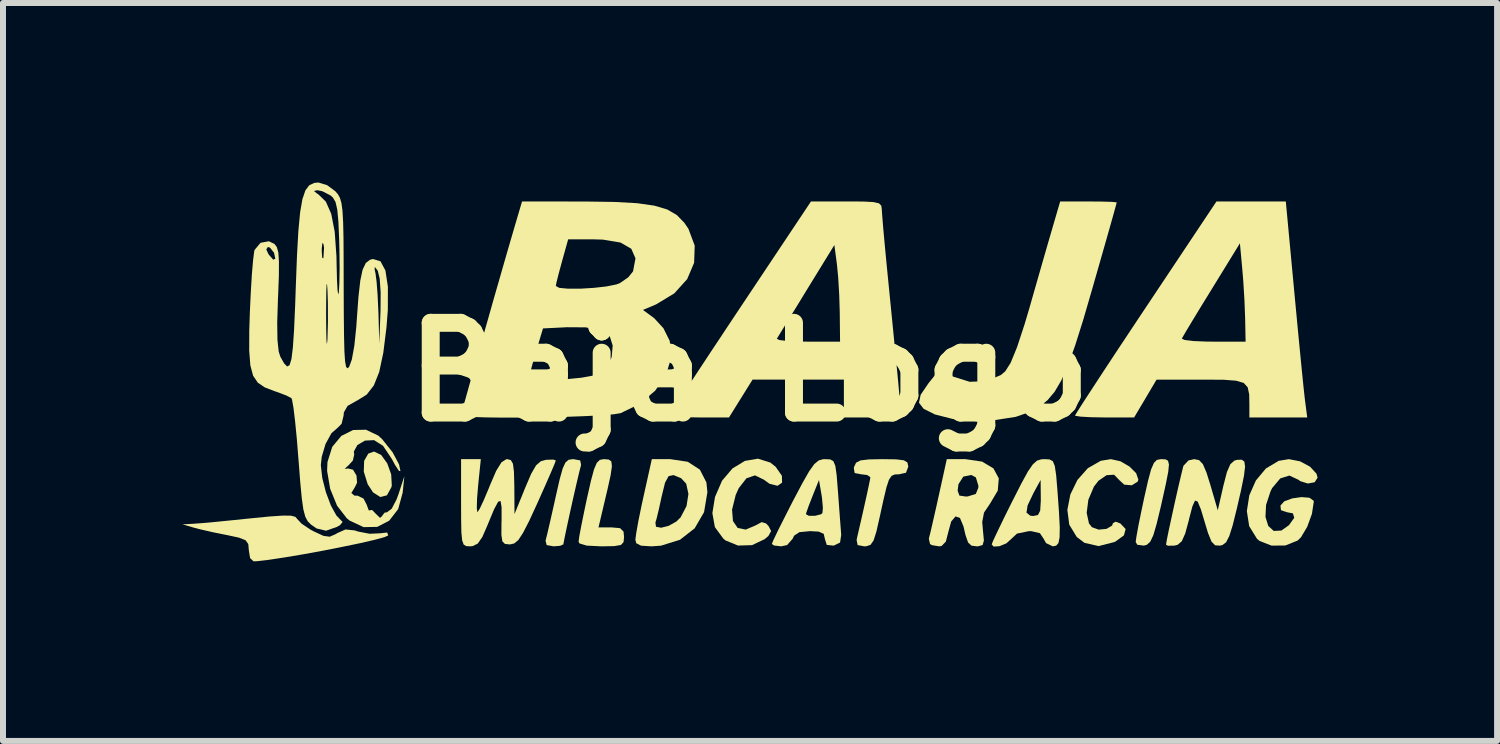
<source format=kicad_pcb>
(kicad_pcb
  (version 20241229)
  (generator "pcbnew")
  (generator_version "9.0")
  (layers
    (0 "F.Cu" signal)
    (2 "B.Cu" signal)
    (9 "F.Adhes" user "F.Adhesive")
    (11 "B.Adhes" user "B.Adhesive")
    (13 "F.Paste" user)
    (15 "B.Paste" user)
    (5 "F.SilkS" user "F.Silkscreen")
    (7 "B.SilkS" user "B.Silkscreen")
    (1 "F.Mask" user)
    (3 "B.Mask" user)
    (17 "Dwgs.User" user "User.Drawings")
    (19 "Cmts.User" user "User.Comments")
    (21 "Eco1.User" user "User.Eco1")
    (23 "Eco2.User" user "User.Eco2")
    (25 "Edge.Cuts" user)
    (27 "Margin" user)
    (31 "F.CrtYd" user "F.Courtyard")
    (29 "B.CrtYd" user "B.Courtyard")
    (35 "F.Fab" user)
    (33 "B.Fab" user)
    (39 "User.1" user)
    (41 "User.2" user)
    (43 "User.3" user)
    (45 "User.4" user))
  (footprint "Baja Logo"
    (layer "F.Cu")
    (at 9.47 3.167)
    (property "Reference" "Baja Logo" (at 0 0 0) (layer "F.SilkS") (effects (font (size 1.5 1.5) (thickness 0.3))))
    (attr board_only exclude_from_pos_files exclude_from_bom)
    (fp_poly (pts (xy -6.15 1.386) (xy -6.048 1.527) (xy -5.982 1.711) (xy -5.972 1.894) (xy -5.978 1.925) (xy -6.053 2.061) (xy -6.163 2.09) (xy -6.285 2.013) (xy -6.375 1.875) (xy -6.44 1.666) (xy -6.434 1.485) (xy -6.365 1.364) (xy -6.269 1.33)) (stroke (width 0) (type solid)) (fill yes) (layer "F.SilkS"))
    (fp_poly (pts (xy 6.958 1.46) (xy 7.001 1.483) (xy 7.017 1.546) (xy 7.005 1.669) (xy 6.965 1.872) (xy 6.898 2.174) (xy 6.881 2.249) (xy 6.811 2.539) (xy 6.756 2.728) (xy 6.704 2.837) (xy 6.648 2.888) (xy 6.599 2.902) (xy 6.488 2.888) (xy 6.461 2.841) (xy 6.474 2.748) (xy 6.508 2.561) (xy 6.559 2.311) (xy 6.602 2.108) (xy 6.668 1.816) (xy 6.719 1.627) (xy 6.766 1.519) (xy 6.816 1.469) (xy 6.882 1.457) (xy 6.887 1.457)) (stroke (width 0) (type solid)) (fill yes) (layer "F.SilkS"))
    (fp_poly (pts (xy -2.823 1.478) (xy -2.808 1.554) (xy -2.812 1.568) (xy -2.839 1.673) (xy -2.883 1.859) (xy -2.937 2.094) (xy -2.993 2.346) (xy -3.044 2.581) (xy -3.083 2.767) (xy -3.103 2.871) (xy -3.104 2.881) (xy -3.158 2.905) (xy -3.266 2.914) (xy -3.383 2.893) (xy -3.402 2.819) (xy -3.398 2.803) (xy -3.371 2.696) (xy -3.325 2.497) (xy -3.267 2.241) (xy -3.23 2.074) (xy -3.166 1.793) (xy -3.116 1.613) (xy -3.069 1.512) (xy -3.016 1.467) (xy -2.945 1.457) (xy -2.936 1.457)) (stroke (width 0) (type solid)) (fill yes) (layer "F.SilkS"))
    (fp_poly (pts (xy -2.347 1.463) (xy -2.303 1.494) (xy -2.293 1.574) (xy -2.314 1.723) (xy -2.367 1.963) (xy -2.401 2.106) (xy -2.517 2.597) (xy -2.304 2.597) (xy -2.157 2.61) (xy -2.099 2.667) (xy -2.09 2.755) (xy -2.098 2.843) (xy -2.142 2.891) (xy -2.252 2.91) (xy -2.457 2.914) (xy -2.47 2.914) (xy -2.713 2.902) (xy -2.834 2.866) (xy -2.85 2.837) (xy -2.838 2.746) (xy -2.803 2.56) (xy -2.752 2.311) (xy -2.709 2.108) (xy -2.643 1.816) (xy -2.592 1.627) (xy -2.546 1.519) (xy -2.495 1.469) (xy -2.43 1.457) (xy -2.424 1.457)) (stroke (width 0) (type solid)) (fill yes) (layer "F.SilkS"))
    (fp_poly (pts (xy 0.355 1.514) (xy 0.443 1.584) (xy 0.548 1.735) (xy 0.551 1.85) (xy 0.475 1.902) (xy 0.342 1.869) (xy 0.247 1.8) (xy 0.098 1.728) (xy -0.045 1.777) (xy -0.173 1.942) (xy -0.224 2.055) (xy -0.285 2.301) (xy -0.27 2.491) (xy -0.191 2.607) (xy -0.057 2.634) (xy 0.098 2.569) (xy 0.211 2.509) (xy 0.284 2.532) (xy 0.325 2.575) (xy 0.368 2.659) (xy 0.323 2.74) (xy 0.26 2.794) (xy 0.049 2.894) (xy -0.186 2.901) (xy -0.395 2.815) (xy -0.431 2.785) (xy -0.572 2.593) (xy -0.614 2.359) (xy -0.57 2.089) (xy -0.452 1.817) (xy -0.278 1.612) (xy -0.07 1.486) (xy 0.148 1.449)) (stroke (width 0) (type solid)) (fill yes) (layer "F.SilkS"))
    (fp_poly (pts (xy 2.455 1.46) (xy 2.586 1.476) (xy 2.646 1.512) (xy 2.66 1.577) (xy 2.66 1.584) (xy 2.622 1.684) (xy 2.506 1.71) (xy 2.433 1.713) (xy 2.38 1.737) (xy 2.337 1.802) (xy 2.295 1.929) (xy 2.245 2.14) (xy 2.183 2.423) (xy 2.127 2.669) (xy 2.08 2.816) (xy 2.029 2.889) (xy 1.961 2.912) (xy 1.924 2.914) (xy 1.814 2.893) (xy 1.797 2.809) (xy 1.804 2.771) (xy 1.895 2.376) (xy 1.959 2.09) (xy 2 1.9) (xy 2.022 1.792) (xy 2.026 1.758) (xy 1.973 1.722) (xy 1.875 1.71) (xy 1.764 1.689) (xy 1.75 1.607) (xy 1.755 1.584) (xy 1.788 1.516) (xy 1.861 1.478) (xy 2.004 1.461) (xy 2.224 1.457)) (stroke (width 0) (type solid)) (fill yes) (layer "F.SilkS"))
    (fp_poly (pts (xy 6.205 1.492) (xy 6.357 1.58) (xy 6.469 1.692) (xy 6.506 1.8) (xy 6.495 1.832) (xy 6.396 1.894) (xy 6.269 1.883) (xy 6.185 1.805) (xy 6.1 1.717) (xy 5.974 1.725) (xy 5.839 1.818) (xy 5.763 1.916) (xy 5.67 2.135) (xy 5.642 2.354) (xy 5.68 2.531) (xy 5.729 2.594) (xy 5.842 2.635) (xy 5.974 2.622) (xy 6.067 2.567) (xy 6.081 2.527) (xy 6.126 2.502) (xy 6.205 2.532) (xy 6.293 2.625) (xy 6.264 2.731) (xy 6.124 2.833) (xy 6.106 2.842) (xy 5.839 2.91) (xy 5.606 2.856) (xy 5.476 2.758) (xy 5.351 2.552) (xy 5.319 2.305) (xy 5.369 2.047) (xy 5.487 1.805) (xy 5.661 1.608) (xy 5.878 1.484) (xy 6.047 1.457)) (stroke (width 0) (type solid)) (fill yes) (layer "F.SilkS"))
    (fp_poly (pts (xy -1.025 1.501) (xy -0.823 1.632) (xy -0.714 1.845) (xy -0.697 2.008) (xy -0.753 2.343) (xy -0.91 2.613) (xy -1.155 2.804) (xy -1.473 2.903) (xy -1.631 2.914) (xy -1.806 2.903) (xy -1.886 2.862) (xy -1.901 2.803) (xy -1.887 2.696) (xy -1.855 2.516) (xy -1.566 2.516) (xy -1.556 2.587) (xy -1.47 2.603) (xy -1.346 2.572) (xy -1.217 2.5) (xy -1.145 2.43) (xy -1.046 2.241) (xy -1.014 2.039) (xy -1.051 1.867) (xy -1.136 1.776) (xy -1.263 1.723) (xy -1.346 1.741) (xy -1.405 1.85) (xy -1.458 2.066) (xy -1.46 2.073) (xy -1.506 2.284) (xy -1.546 2.45) (xy -1.566 2.516) (xy -1.855 2.516) (xy -1.852 2.498) (xy -1.8 2.243) (xy -1.763 2.074) (xy -1.626 1.457) (xy -1.317 1.457)) (stroke (width 0) (type solid)) (fill yes) (layer "F.SilkS"))
    (fp_poly (pts (xy -7.654 2.402) (xy -7.582 2.422) (xy -7.555 2.454) (xy -7.481 2.534) (xy -7.337 2.631) (xy -7.276 2.664) (xy -7.114 2.739) (xy -7.009 2.753) (xy -6.91 2.71) (xy -6.883 2.693) (xy -6.745 2.632) (xy -6.592 2.648) (xy -6.534 2.667) (xy -6.341 2.704) (xy -6.168 2.696) (xy -6.049 2.683) (xy -6.031 2.732) (xy -6.096 2.761) (xy -6.262 2.806) (xy -6.505 2.862) (xy -6.8 2.923) (xy -7.124 2.987) (xy -7.452 3.047) (xy -7.761 3.099) (xy -8.025 3.139) (xy -8.221 3.162) (xy -8.282 3.165) (xy -8.34 3.111) (xy -8.361 2.982) (xy -8.37 2.876) (xy -8.416 2.812) (xy -8.529 2.768) (xy -8.725 2.726) (xy -8.964 2.678) (xy -9.181 2.628) (xy -9.28 2.602) (xy -9.47 2.547) (xy -9.28 2.536) (xy -9.142 2.526) (xy -8.911 2.505) (xy -8.622 2.476) (xy -8.339 2.447) (xy -8.012 2.415) (xy -7.791 2.4)) (stroke (width 0) (type solid)) (fill yes) (layer "F.SilkS"))
    (fp_poly (pts (xy 9.207 1.493) (xy 9.375 1.583) (xy 9.483 1.7) (xy 9.501 1.767) (xy 9.452 1.843) (xy 9.338 1.864) (xy 9.212 1.825) (xy 9.18 1.801) (xy 9.029 1.731) (xy 8.877 1.779) (xy 8.742 1.94) (xy 8.716 1.991) (xy 8.64 2.221) (xy 8.63 2.422) (xy 8.677 2.574) (xy 8.769 2.657) (xy 8.896 2.65) (xy 9.022 2.561) (xy 9.111 2.437) (xy 9.089 2.363) (xy 8.99 2.344) (xy 8.889 2.31) (xy 8.88 2.233) (xy 8.944 2.162) (xy 9.076 2.113) (xy 9.232 2.091) (xy 9.366 2.102) (xy 9.435 2.152) (xy 9.438 2.166) (xy 9.406 2.373) (xy 9.327 2.589) (xy 9.224 2.762) (xy 9.168 2.817) (xy 8.961 2.9) (xy 8.731 2.902) (xy 8.533 2.825) (xy 8.489 2.789) (xy 8.358 2.577) (xy 8.319 2.325) (xy 8.36 2.061) (xy 8.47 1.813) (xy 8.638 1.612) (xy 8.851 1.485) (xy 9.021 1.457)) (stroke (width 0) (type solid)) (fill yes) (layer "F.SilkS"))
    (fp_poly (pts (xy 5.02 1.461) (xy 5.076 1.491) (xy 5.109 1.571) (xy 5.132 1.727) (xy 5.153 1.979) (xy 5.179 2.342) (xy 5.192 2.597) (xy 5.189 2.764) (xy 5.17 2.859) (xy 5.132 2.903) (xy 5.075 2.914) (xy 4.963 2.86) (xy 4.922 2.787) (xy 4.86 2.694) (xy 4.719 2.661) (xy 4.677 2.66) (xy 4.477 2.701) (xy 4.385 2.787) (xy 4.3 2.864) (xy 4.184 2.912) (xy 4.086 2.918) (xy 4.054 2.881) (xy 4.081 2.815) (xy 4.154 2.659) (xy 4.262 2.436) (xy 4.304 2.351) (xy 4.636 2.351) (xy 4.699 2.402) (xy 4.751 2.407) (xy 4.828 2.39) (xy 4.865 2.317) (xy 4.875 2.156) (xy 4.875 2.106) (xy 4.872 1.805) (xy 4.751 2.027) (xy 4.654 2.231) (xy 4.636 2.351) (xy 4.304 2.351) (xy 4.395 2.168) (xy 4.403 2.153) (xy 4.552 1.86) (xy 4.66 1.663) (xy 4.743 1.543) (xy 4.813 1.481) (xy 4.886 1.459) (xy 4.932 1.457)) (stroke (width 0) (type solid)) (fill yes) (layer "F.SilkS"))
    (fp_poly (pts (xy 5.898 -2.848) (xy 6.065 -2.843) (xy 6.142 -2.835) (xy 6.144 -2.833) (xy 6.127 -2.77) (xy 6.081 -2.603) (xy 6.009 -2.348) (xy 5.916 -2.022) (xy 5.808 -1.644) (xy 5.738 -1.4) (xy 5.583 -0.867) (xy 5.449 -0.443) (xy 5.33 -0.112) (xy 5.218 0.141) (xy 5.106 0.331) (xy 4.987 0.472) (xy 4.853 0.581) (xy 4.719 0.659) (xy 4.456 0.75) (xy 4.118 0.802) (xy 3.75 0.814) (xy 3.399 0.784) (xy 3.11 0.711) (xy 3.104 0.709) (xy 2.916 0.615) (xy 2.839 0.514) (xy 2.867 0.381) (xy 2.996 0.191) (xy 3.008 0.176) (xy 3.182 -0.042) (xy 3.412 0.078) (xy 3.687 0.164) (xy 3.966 0.154) (xy 4.207 0.051) (xy 4.281 -0.011) (xy 4.371 -0.153) (xy 4.478 -0.414) (xy 4.604 -0.797) (xy 4.687 -1.077) (xy 4.791 -1.442) (xy 4.895 -1.804) (xy 4.988 -2.127) (xy 5.06 -2.374) (xy 5.074 -2.423) (xy 5.199 -2.85) (xy 5.672 -2.85)) (stroke (width 0) (type solid)) (fill yes) (layer "F.SilkS"))
    (fp_poly (pts (xy 3.894 1.498) (xy 4.083 1.611) (xy 4.173 1.778) (xy 4.156 1.983) (xy 4.027 2.2) (xy 3.926 2.35) (xy 3.896 2.506) (xy 3.908 2.648) (xy 3.924 2.816) (xy 3.903 2.892) (xy 3.832 2.913) (xy 3.807 2.914) (xy 3.717 2.903) (xy 3.66 2.85) (xy 3.616 2.724) (xy 3.583 2.581) (xy 3.524 2.44) (xy 3.45 2.414) (xy 3.378 2.498) (xy 3.333 2.66) (xy 3.288 2.835) (xy 3.217 2.908) (xy 3.177 2.914) (xy 3.059 2.895) (xy 3.024 2.876) (xy 3.004 2.789) (xy 3.009 2.765) (xy 3.032 2.675) (xy 3.074 2.492) (xy 3.13 2.246) (xy 3.168 2.074) (xy 3.188 1.984) (xy 3.485 1.984) (xy 3.515 2.066) (xy 3.626 2.082) (xy 3.658 2.079) (xy 3.789 2.038) (xy 3.831 1.935) (xy 3.832 1.901) (xy 3.79 1.762) (xy 3.713 1.721) (xy 3.58 1.749) (xy 3.499 1.875) (xy 3.485 1.984) (xy 3.188 1.984) (xy 3.304 1.457) (xy 3.616 1.457)) (stroke (width 0) (type solid)) (fill yes) (layer "F.SilkS"))
    (fp_poly (pts (xy 7.52 1.473) (xy 7.584 1.54) (xy 7.645 1.683) (xy 7.708 1.884) (xy 7.833 2.312) (xy 7.927 1.9) (xy 7.986 1.672) (xy 8.043 1.541) (xy 8.111 1.481) (xy 8.159 1.468) (xy 8.233 1.466) (xy 8.277 1.497) (xy 8.289 1.581) (xy 8.271 1.734) (xy 8.222 1.976) (xy 8.152 2.28) (xy 8.082 2.563) (xy 8.025 2.743) (xy 7.972 2.846) (xy 7.912 2.892) (xy 7.872 2.902) (xy 7.789 2.897) (xy 7.728 2.835) (xy 7.67 2.692) (xy 7.628 2.554) (xy 7.552 2.3) (xy 7.497 2.166) (xy 7.453 2.149) (xy 7.409 2.245) (xy 7.355 2.451) (xy 7.351 2.471) (xy 7.289 2.699) (xy 7.232 2.828) (xy 7.163 2.888) (xy 7.11 2.902) (xy 6.999 2.904) (xy 6.968 2.886) (xy 6.981 2.808) (xy 7.015 2.64) (xy 7.064 2.414) (xy 7.119 2.163) (xy 7.174 1.919) (xy 7.222 1.716) (xy 7.254 1.585) (xy 7.259 1.568) (xy 7.344 1.478) (xy 7.438 1.457)) (stroke (width 0) (type solid)) (fill yes) (layer "F.SilkS"))
    (fp_poly (pts (xy 1.355 1.461) (xy 1.408 1.49) (xy 1.441 1.569) (xy 1.463 1.722) (xy 1.483 1.974) (xy 1.486 2.011) (xy 1.506 2.283) (xy 1.524 2.523) (xy 1.537 2.691) (xy 1.539 2.724) (xy 1.52 2.851) (xy 1.416 2.901) (xy 1.409 2.902) (xy 1.298 2.89) (xy 1.267 2.793) (xy 1.267 2.791) (xy 1.247 2.705) (xy 1.163 2.668) (xy 1.018 2.66) (xy 0.841 2.677) (xy 0.752 2.736) (xy 0.728 2.787) (xy 0.635 2.893) (xy 0.534 2.914) (xy 0.417 2.9) (xy 0.38 2.874) (xy 0.408 2.806) (xy 0.483 2.649) (xy 0.595 2.426) (xy 0.62 2.377) (xy 0.95 2.377) (xy 1 2.404) (xy 1.106 2.403) (xy 1.202 2.378) (xy 1.225 2.359) (xy 1.233 2.272) (xy 1.219 2.112) (xy 1.211 2.059) (xy 1.168 1.805) (xy 1.059 2.076) (xy 0.994 2.243) (xy 0.955 2.355) (xy 0.95 2.377) (xy 0.62 2.377) (xy 0.731 2.159) (xy 0.738 2.146) (xy 0.892 1.855) (xy 1.004 1.659) (xy 1.089 1.54) (xy 1.162 1.479) (xy 1.236 1.458) (xy 1.271 1.457)) (stroke (width 0) (type solid)) (fill yes) (layer "F.SilkS"))
    (fp_poly (pts (xy -6.197 1.064) (xy -6.132 1.124) (xy -5.958 1.343) (xy -5.851 1.544) (xy -5.827 1.656) (xy -5.852 1.653) (xy -5.915 1.558) (xy -5.97 1.456) (xy -6.118 1.234) (xy -6.269 1.139) (xy -6.421 1.147) (xy -6.547 1.221) (xy -6.606 1.329) (xy -6.6 1.381) (xy -6.622 1.479) (xy -6.69 1.555) (xy -6.759 1.617) (xy -6.724 1.617) (xy -6.707 1.612) (xy -6.62 1.633) (xy -6.562 1.73) (xy -6.552 1.851) (xy -6.59 1.928) (xy -6.648 2.023) (xy -6.595 2.067) (xy -6.544 2.067) (xy -6.444 2.116) (xy -6.392 2.217) (xy -6.357 2.312) (xy -6.338 2.312) (xy -6.301 2.306) (xy -6.237 2.372) (xy -6.169 2.438) (xy -6.144 2.419) (xy -6.093 2.352) (xy -6.051 2.344) (xy -5.974 2.286) (xy -5.893 2.132) (xy -5.86 2.043) (xy -5.762 1.742) (xy -5.79 2.017) (xy -5.865 2.291) (xy -6.015 2.485) (xy -6.215 2.589) (xy -6.443 2.593) (xy -6.675 2.485) (xy -6.725 2.444) (xy -6.887 2.234) (xy -7.002 1.952) (xy -7.053 1.653) (xy -7.047 1.506) (xy -6.967 1.251) (xy -6.816 1.069) (xy -6.619 0.97) (xy -6.404 0.965)) (stroke (width 0) (type solid)) (fill yes) (layer "F.SilkS"))
    (fp_poly (pts (xy 9.114 -1.314) (xy 9.156 -0.87) (xy 9.196 -0.453) (xy 9.232 -0.085) (xy 9.262 0.212) (xy 9.284 0.418) (xy 9.293 0.491) (xy 9.328 0.76) (xy 8.845 0.76) (xy 8.361 0.76) (xy 8.361 0.544) (xy 8.358 0.373) (xy 8.333 0.257) (xy 8.268 0.184) (xy 8.141 0.146) (xy 7.933 0.13) (xy 7.622 0.128) (xy 7.547 0.128) (xy 6.809 0.129) (xy 6.622 0.445) (xy 6.435 0.76) (xy 5.941 0.76) (xy 5.709 0.756) (xy 5.536 0.746) (xy 5.451 0.732) (xy 5.447 0.728) (xy 5.481 0.67) (xy 5.577 0.519) (xy 5.728 0.287) (xy 5.924 -0.013) (xy 6.158 -0.368) (xy 6.283 -0.556) (xy 7.232 -0.556) (xy 7.28 -0.534) (xy 7.428 -0.517) (xy 7.647 -0.508) (xy 7.754 -0.507) (xy 8.298 -0.507) (xy 8.29 -0.903) (xy 8.279 -1.193) (xy 8.259 -1.522) (xy 8.242 -1.725) (xy 8.203 -2.151) (xy 7.728 -1.378) (xy 7.556 -1.099) (xy 7.409 -0.857) (xy 7.299 -0.674) (xy 7.239 -0.57) (xy 7.232 -0.556) (xy 6.283 -0.556) (xy 6.422 -0.766) (xy 6.629 -1.077) (xy 7.811 -2.85) (xy 8.391 -2.85) (xy 8.97 -2.85)) (stroke (width 0) (type solid)) (fill yes) (layer "F.SilkS"))
    (fp_poly (pts (xy -4.529 1.9) (xy -4.547 2.118) (xy -4.551 2.276) (xy -4.542 2.343) (xy -4.541 2.344) (xy -4.504 2.289) (xy -4.436 2.145) (xy -4.35 1.941) (xy -4.334 1.9) (xy -4.227 1.652) (xy -4.139 1.51) (xy -4.058 1.458) (xy -4.044 1.457) (xy -3.983 1.472) (xy -3.947 1.533) (xy -3.93 1.668) (xy -3.924 1.901) (xy -3.924 1.916) (xy -3.921 2.375) (xy -3.741 1.932) (xy -3.641 1.699) (xy -3.56 1.56) (xy -3.481 1.492) (xy -3.396 1.468) (xy -3.274 1.464) (xy -3.23 1.479) (xy -3.255 1.545) (xy -3.322 1.703) (xy -3.421 1.928) (xy -3.54 2.195) (xy -3.677 2.492) (xy -3.779 2.69) (xy -3.857 2.809) (xy -3.926 2.866) (xy -3.996 2.882) (xy -3.999 2.882) (xy -4.08 2.874) (xy -4.124 2.831) (xy -4.14 2.724) (xy -4.139 2.524) (xy -4.137 2.478) (xy -4.137 2.26) (xy -4.154 2.156) (xy -4.194 2.168) (xy -4.263 2.296) (xy -4.366 2.544) (xy -4.368 2.55) (xy -4.458 2.757) (xy -4.535 2.868) (xy -4.619 2.91) (xy -4.663 2.914) (xy -4.728 2.91) (xy -4.771 2.884) (xy -4.796 2.814) (xy -4.809 2.679) (xy -4.813 2.458) (xy -4.814 2.185) (xy -4.814 1.457) (xy -4.649 1.457) (xy -4.484 1.457)) (stroke (width 0) (type solid)) (fill yes) (layer "F.SilkS"))
    (fp_poly (pts (xy 1.902 -2.849) (xy 2.075 -2.84) (xy 2.17 -2.819) (xy 2.209 -2.78) (xy 2.218 -2.716) (xy 2.218 -2.708) (xy 2.225 -2.607) (xy 2.242 -2.399) (xy 2.269 -2.103) (xy 2.304 -1.739) (xy 2.345 -1.325) (xy 2.376 -1.013) (xy 2.419 -0.579) (xy 2.458 -0.182) (xy 2.491 0.159) (xy 2.515 0.424) (xy 2.53 0.595) (xy 2.533 0.649) (xy 2.517 0.706) (xy 2.452 0.74) (xy 2.313 0.756) (xy 2.073 0.76) (xy 2.059 0.76) (xy 1.584 0.76) (xy 1.584 0.443) (xy 1.584 0.127) (xy 0.821 0.127) (xy 0.058 0.127) (xy -0.139 0.443) (xy -0.336 0.76) (xy -0.833 0.76) (xy -1.066 0.756) (xy -1.24 0.746) (xy -1.326 0.732) (xy -1.33 0.728) (xy -1.296 0.67) (xy -1.2 0.519) (xy -1.05 0.287) (xy -0.853 -0.013) (xy -0.619 -0.368) (xy -0.495 -0.554) (xy 0.463 -0.554) (xy 0.509 -0.533) (xy 0.654 -0.517) (xy 0.872 -0.508) (xy 0.978 -0.507) (xy 1.52 -0.507) (xy 1.515 -0.998) (xy 1.506 -1.289) (xy 1.489 -1.58) (xy 1.467 -1.805) (xy 1.425 -2.122) (xy 0.958 -1.362) (xy 0.788 -1.084) (xy 0.641 -0.845) (xy 0.531 -0.666) (xy 0.47 -0.566) (xy 0.463 -0.554) (xy -0.495 -0.554) (xy -0.355 -0.766) (xy -0.148 -1.077) (xy 1.034 -2.85) (xy 1.625 -2.85)) (stroke (width 0) (type solid)) (fill yes) (layer "F.SilkS"))
    (fp_poly (pts (xy -2.737 -2.849) (xy -2.25 -2.842) (xy -1.872 -2.821) (xy -1.584 -2.78) (xy -1.368 -2.716) (xy -1.207 -2.622) (xy -1.083 -2.494) (xy -1.015 -2.395) (xy -0.909 -2.112) (xy -0.919 -1.825) (xy -1.035 -1.552) (xy -1.25 -1.314) (xy -1.554 -1.13) (xy -1.568 -1.124) (xy -1.774 -1.037) (xy -1.586 -0.899) (xy -1.432 -0.731) (xy -1.326 -0.518) (xy -1.326 -0.516) (xy -1.303 -0.234) (xy -1.39 0.05) (xy -1.57 0.313) (xy -1.83 0.534) (xy -2.147 0.688) (xy -2.262 0.707) (xy -2.469 0.724) (xy -2.746 0.738) (xy -3.072 0.75) (xy -3.423 0.758) (xy -3.778 0.762) (xy -4.113 0.763) (xy -4.406 0.759) (xy -4.635 0.751) (xy -4.778 0.738) (xy -4.814 0.725) (xy -4.797 0.658) (xy -4.751 0.487) (xy -4.68 0.232) (xy -4.637 0.079) (xy -3.673 0.079) (xy -3.616 0.111) (xy -3.468 0.127) (xy -3.261 0.129) (xy -3.029 0.118) (xy -2.806 0.096) (xy -2.625 0.064) (xy -2.538 0.034) (xy -2.375 -0.085) (xy -2.297 -0.249) (xy -2.28 -0.441) (xy -2.329 -0.597) (xy -2.478 -0.698) (xy -2.734 -0.746) (xy -3.042 -0.748) (xy -3.445 -0.728) (xy -3.559 -0.348) (xy -3.618 -0.142) (xy -3.66 0.014) (xy -3.673 0.079) (xy -4.637 0.079) (xy -4.59 -0.088) (xy -4.486 -0.455) (xy -4.373 -0.851) (xy -4.258 -1.257) (xy -4.206 -1.437) (xy -3.23 -1.437) (xy -3.173 -1.406) (xy -3.026 -1.392) (xy -2.821 -1.392) (xy -2.595 -1.406) (xy -2.382 -1.43) (xy -2.215 -1.464) (xy -2.158 -1.486) (xy -2.019 -1.583) (xy -1.94 -1.681) (xy -1.899 -1.899) (xy -1.969 -2.059) (xy -2.149 -2.163) (xy -2.442 -2.212) (xy -2.603 -2.217) (xy -3.024 -2.217) (xy -3.127 -1.849) (xy -3.182 -1.646) (xy -3.22 -1.495) (xy -3.23 -1.437) (xy -4.206 -1.437) (xy -4.144 -1.653) (xy -4.038 -2.022) (xy -3.944 -2.344) (xy -3.921 -2.423) (xy -3.795 -2.85)) (stroke (width 0) (type solid)) (fill yes) (layer "F.SilkS"))
    (fp_poly (pts (xy -7.052 -3.122) (xy -6.915 -3.02) (xy -6.871 -2.969) (xy -6.838 -2.908) (xy -6.813 -2.822) (xy -6.796 -2.693) (xy -6.785 -2.505) (xy -6.779 -2.241) (xy -6.777 -1.884) (xy -6.776 -1.421) (xy -6.774 -0.954) (xy -6.77 -0.6) (xy -6.764 -0.347) (xy -6.753 -0.181) (xy -6.737 -0.09) (xy -6.716 -0.061) (xy -6.689 -0.08) (xy -6.686 -0.083) (xy -6.64 -0.207) (xy -6.598 -0.438) (xy -6.565 -0.756) (xy -6.557 -0.875) (xy -6.529 -1.257) (xy -6.498 -1.53) (xy -6.459 -1.712) (xy -6.258 -1.712) (xy -6.244 -1.647) (xy -6.226 -1.508) (xy -6.209 -1.287) (xy -6.197 -1.027) (xy -6.195 -0.982) (xy -6.181 -0.475) (xy -6.16 -1.03) (xy -6.158 -1.331) (xy -6.174 -1.56) (xy -6.206 -1.691) (xy -6.209 -1.696) (xy -6.256 -1.757) (xy -6.258 -1.712) (xy -6.459 -1.712) (xy -6.458 -1.713) (xy -6.406 -1.822) (xy -6.335 -1.876) (xy -6.285 -1.888) (xy -6.161 -1.85) (xy -6.078 -1.695) (xy -6.037 -1.424) (xy -6.038 -1.04) (xy -6.061 -0.744) (xy -6.114 -0.319) (xy -6.182 -0.001) (xy -6.272 0.225) (xy -6.391 0.378) (xy -6.548 0.476) (xy -6.554 0.478) (xy -6.711 0.567) (xy -6.773 0.675) (xy -6.778 0.731) (xy -6.811 0.866) (xy -6.871 0.927) (xy -6.981 1.024) (xy -7.079 1.203) (xy -7.143 1.417) (xy -7.158 1.559) (xy -7.134 1.771) (xy -7.073 2.01) (xy -6.989 2.234) (xy -6.898 2.398) (xy -6.854 2.445) (xy -6.794 2.506) (xy -6.837 2.56) (xy -6.889 2.589) (xy -7.071 2.653) (xy -7.229 2.615) (xy -7.325 2.548) (xy -7.378 2.494) (xy -7.418 2.418) (xy -7.45 2.297) (xy -7.476 2.112) (xy -7.502 1.842) (xy -7.531 1.466) (xy -7.532 1.459) (xy -7.559 1.119) (xy -7.588 0.825) (xy -7.615 0.599) (xy -7.639 0.464) (xy -7.65 0.437) (xy -7.736 0.392) (xy -7.891 0.334) (xy -7.936 0.319) (xy -8.096 0.257) (xy -8.212 0.178) (xy -8.29 0.062) (xy -8.336 -0.11) (xy -8.355 -0.357) (xy -8.354 -0.698) (xy -8.344 -1.001) (xy -8.328 -1.339) (xy -8.31 -1.637) (xy -8.29 -1.87) (xy -8.272 -2.012) (xy -8.266 -2.038) (xy -8.258 -2.048) (xy -8.07 -2.048) (xy -8.031 -1.966) (xy -7.954 -1.877) (xy -7.918 -1.893) (xy -7.94 -1.993) (xy -8.007 -2.078) (xy -8.043 -2.09) (xy -8.07 -2.048) (xy -8.258 -2.048) (xy -8.166 -2.159) (xy -8.026 -2.185) (xy -7.932 -2.139) (xy -7.893 -2.087) (xy -7.868 -1.996) (xy -7.858 -1.844) (xy -7.859 -1.609) (xy -7.872 -1.272) (xy -7.874 -1.233) (xy -7.887 -0.828) (xy -7.883 -0.535) (xy -7.862 -0.342) (xy -7.835 -0.256) (xy -7.771 -0.143) (xy -7.721 -0.092) (xy -7.681 -0.113) (xy -7.649 -0.216) (xy -7.625 -0.411) (xy -7.605 -0.707) (xy -7.593 -0.982) (xy -7.07 -0.982) (xy -7.068 -0.715) (xy -7.064 -0.539) (xy -7.058 -0.465) (xy -7.051 -0.502) (xy -7.047 -0.552) (xy -7.039 -0.84) (xy -7.04 -1.167) (xy -7.047 -1.375) (xy -7.055 -1.474) (xy -7.062 -1.455) (xy -7.067 -1.329) (xy -7.069 -1.105) (xy -7.07 -0.982) (xy -7.593 -0.982) (xy -7.587 -1.114) (xy -7.576 -1.433) (xy -7.556 -1.954) (xy -7.552 -2.027) (xy -7.143 -2.027) (xy -7.136 -1.912) (xy -7.12 -1.898) (xy -7.114 -1.916) (xy -7.104 -2.077) (xy -7.114 -2.138) (xy -7.132 -2.157) (xy -7.142 -2.07) (xy -7.143 -2.027) (xy -7.552 -2.027) (xy -7.533 -2.361) (xy -7.504 -2.668) (xy -7.466 -2.888) (xy -7.419 -3.025) (xy -7.273 -3.025) (xy -7.218 -2.98) (xy -7.199 -2.969) (xy -7.074 -2.847) (xy -6.984 -2.643) (xy -6.926 -2.343) (xy -6.897 -1.936) (xy -6.894 -1.791) (xy -6.888 -1.541) (xy -6.879 -1.371) (xy -6.868 -1.297) (xy -6.857 -1.33) (xy -6.848 -1.489) (xy -6.844 -1.734) (xy -6.847 -2.027) (xy -6.851 -2.206) (xy -6.864 -2.51) (xy -6.883 -2.713) (xy -6.912 -2.84) (xy -6.957 -2.916) (xy -6.996 -2.951) (xy -7.133 -3.021) (xy -7.217 -3.038) (xy -7.273 -3.025) (xy -7.419 -3.025) (xy -7.416 -3.035) (xy -7.351 -3.121) (xy -7.268 -3.16) (xy -7.199 -3.167)) (stroke (width 0) (type solid)) (fill yes) (layer "F.SilkS")))
  (gr_rect
    (start -3 -3)
    (end 21.971 9.333)
    (stroke (width 0.1) (type default))
    (fill no)
    (layer "Edge.Cuts")))
</source>
